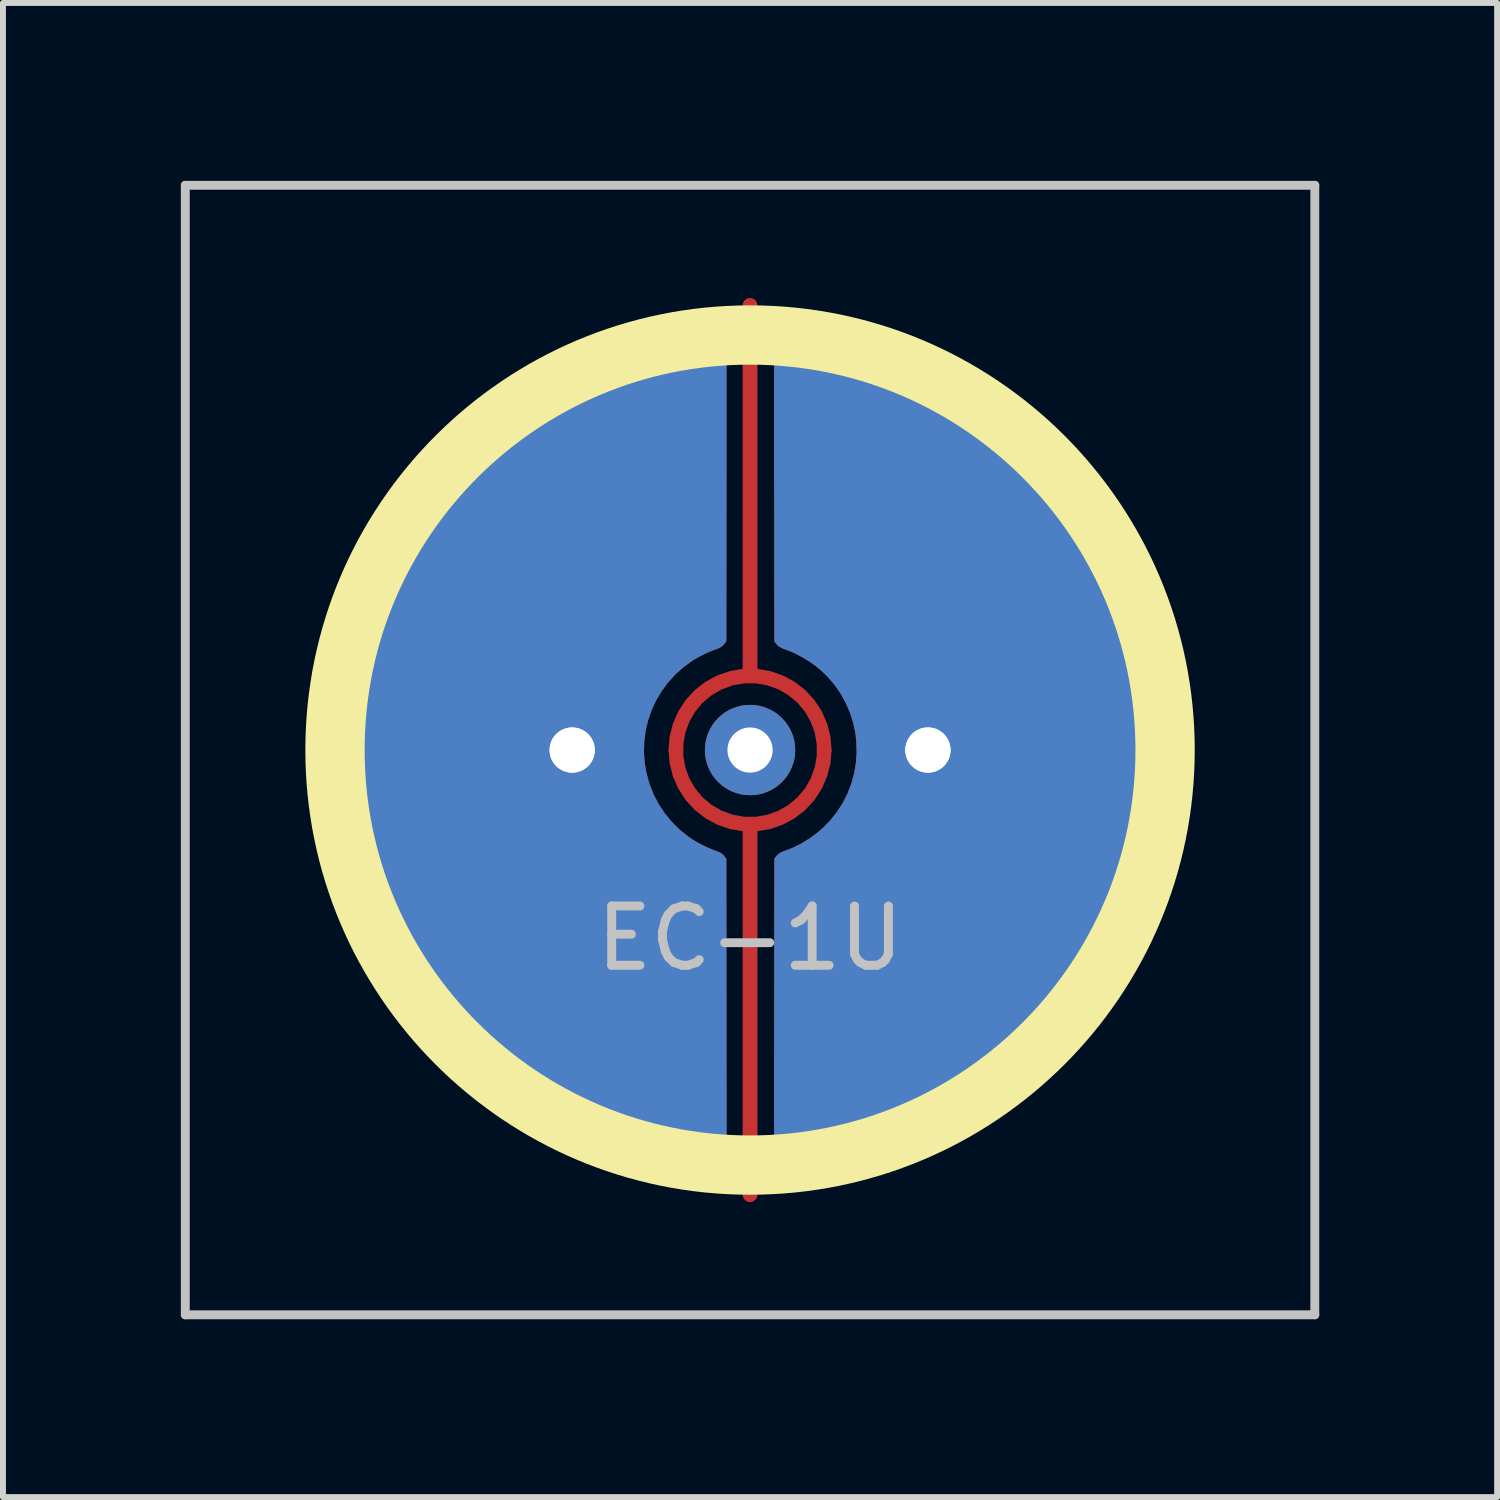
<source format=kicad_pcb>
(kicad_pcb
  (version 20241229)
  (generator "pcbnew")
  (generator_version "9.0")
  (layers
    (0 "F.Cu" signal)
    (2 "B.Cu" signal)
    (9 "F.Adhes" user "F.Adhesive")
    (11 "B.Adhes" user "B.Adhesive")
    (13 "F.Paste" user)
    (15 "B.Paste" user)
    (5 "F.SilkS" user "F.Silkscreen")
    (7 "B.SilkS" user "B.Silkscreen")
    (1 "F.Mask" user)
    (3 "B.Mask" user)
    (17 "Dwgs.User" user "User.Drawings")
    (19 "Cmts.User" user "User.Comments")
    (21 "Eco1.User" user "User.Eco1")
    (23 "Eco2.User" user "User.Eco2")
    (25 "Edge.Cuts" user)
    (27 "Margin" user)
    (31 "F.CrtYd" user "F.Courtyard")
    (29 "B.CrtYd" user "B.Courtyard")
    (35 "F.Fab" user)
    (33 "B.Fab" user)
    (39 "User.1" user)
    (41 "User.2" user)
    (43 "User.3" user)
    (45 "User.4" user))
  (footprint "EC-1U"
    (layer "F.Cu")
    (at 9.6 9.6)
    (property "Reference" "EC-1U" (at 0 3.175 0) (layer "Dwgs.User") (effects (font (size 1 1) (thickness 0.15))))
    (attr through_hole)
    (fp_circle (center 0 0) (end 7 0) (stroke (width 1) (type solid)) (fill no) (layer "F.SilkS"))
    (fp_line (start -9.525 -9.525) (end 9.525 -9.525) (stroke (width 0.15) (type solid)) (layer "Dwgs.User"))
    (fp_line (start -9.525 9.525) (end -9.525 -9.525) (stroke (width 0.15) (type solid)) (layer "Dwgs.User"))
    (fp_line (start 9.525 -9.525) (end 9.525 9.525) (stroke (width 0.15) (type solid)) (layer "Dwgs.User"))
    (fp_line (start 9.525 9.525) (end -9.525 9.525) (stroke (width 0.15) (type solid)) (layer "Dwgs.User"))
    (pad "" thru_hole circle (at 0 0) (size 1.524 1.524) (drill 0.762) (layers "*.Cu" "B.Mask"))
    (pad "1" thru_hole circle (at 3 0) (size 1.524 1.524) (drill 0.762) (layers "*.Cu" "B.Mask"))
    (pad "1" thru_hole custom (at 3 0) (size 1.524 1.524) (drill 0.762) (layers "F.Cu") (options (anchor circle)) (primitives (gr_poly (pts (xy -2.587 4.333) (xy -2.585 1.835) (xy -2.556 1.797) (xy -2.526 1.764) (xy -2.49 1.738) (xy -2.444 1.716) (xy -2.4 1.7) (xy -2.266 1.648) (xy -2.131 1.58) (xy -1.997 1.497) (xy -1.869 1.404) (xy -1.751 1.301) (xy -1.651 1.198) (xy -1.534 1.052) (xy -1.434 0.898) (xy -1.352 0.736) (xy -1.287 0.569) (xy -1.24 0.398) (xy -1.21 0.224) (xy -1.197 0.049) (xy -1.201 -0.127) (xy -1.221 -0.302) (xy -1.259 -0.474) (xy -1.314 -0.642) (xy -1.385 -0.805) (xy -1.473 -0.962) (xy -1.577 -1.11) (xy -1.698 -1.25) (xy -1.797 -1.344) (xy -1.891 -1.422) (xy -1.997 -1.497) (xy -2.11 -1.566) (xy -2.224 -1.627) (xy -2.334 -1.676) (xy -2.4 -1.7) (xy -2.458 -1.722) (xy -2.501 -1.745) (xy -2.535 -1.772) (xy -2.556 -1.797) (xy -2.585 -1.835) (xy -2.587 -4.33) (xy -2.588 -4.594) (xy -2.588 -4.839) (xy -2.588 -5.065) (xy -2.588 -5.273) (xy -2.588 -5.465) (xy -2.588 -5.64) (xy -2.588 -5.799) (xy -2.588 -5.944) (xy -2.588 -6.074) (xy -2.588 -6.191) (xy -2.588 -6.296) (xy -2.588 -6.389) (xy -2.587 -6.47) (xy -2.587 -6.542) (xy -2.586 -6.603) (xy -2.585 -6.656) (xy -2.585 -6.701) (xy -2.584 -6.738) (xy -2.583 -6.769) (xy -2.582 -6.794) (xy -2.58 -6.813) (xy -2.579 -6.829) (xy -2.578 -6.84) (xy -2.576 -6.849) (xy -2.574 -6.855) (xy -2.572 -6.86) (xy -2.57 -6.864) (xy -2.534 -6.915) (xy -2.487 -6.95) (xy -2.428 -6.969) (xy -2.357 -6.971) (xy -2.347 -6.97) (xy -1.986 -6.926) (xy -1.637 -6.866) (xy -1.295 -6.789) (xy -0.96 -6.696) (xy -0.627 -6.586) (xy -0.295 -6.458) (xy -0.258 -6.442) (xy -0.185 -6.411) (xy -0.1 -6.371) (xy -0.004 -6.326) (xy 0.096 -6.277) (xy 0.197 -6.226) (xy 0.296 -6.175) (xy 0.387 -6.127) (xy 0.468 -6.083) (xy 0.518 -6.054) (xy 0.841 -5.853) (xy 1.151 -5.638) (xy 1.447 -5.409) (xy 1.728 -5.165) (xy 1.996 -4.907) (xy 2.249 -4.636) (xy 2.487 -4.351) (xy 2.711 -4.053) (xy 2.919 -3.741) (xy 3.112 -3.417) (xy 3.146 -3.356) (xy 3.314 -3.029) (xy 3.464 -2.693) (xy 3.597 -2.35) (xy 3.711 -1.999) (xy 3.807 -1.643) (xy 3.884 -1.283) (xy 3.942 -0.919) (xy 3.981 -0.552) (xy 4.001 -0.183) (xy 4.001 0.186) (xy 3.995 0.345) (xy 3.967 0.716) (xy 3.919 1.083) (xy 3.852 1.445) (xy 3.767 1.801) (xy 3.664 2.152) (xy 3.542 2.496) (xy 3.404 2.832) (xy 3.248 3.161) (xy 3.075 3.481) (xy 2.887 3.791) (xy 2.682 4.092) (xy 2.462 4.382) (xy 2.226 4.66) (xy 1.976 4.927) (xy 1.711 5.18) (xy 1.432 5.421) (xy 1.14 5.647) (xy 0.905 5.812) (xy 0.589 6.012) (xy 0.264 6.194) (xy -0.07 6.358) (xy -0.412 6.505) (xy -0.762 6.633) (xy -1.119 6.743) (xy -1.483 6.834) (xy -1.844 6.904) (xy -1.929 6.918) (xy -2.017 6.931) (xy -2.105 6.943) (xy -2.188 6.953) (xy -2.263 6.961) (xy -2.327 6.967) (xy -2.374 6.969) (xy -2.376 6.969) (xy -2.418 6.969) (xy -2.446 6.967) (xy -2.468 6.96) (xy -2.489 6.948) (xy -2.501 6.94) (xy -2.532 6.914) (xy -2.559 6.883) (xy -2.567 6.87) (xy -2.589 6.83) (xy -2.587 4.333)) (width 0.01) (fill yes))))
    (pad "2" thru_hole circle (at -3 0) (size 1.524 1.524) (drill 0.762) (layers "*.Cu" "B.Mask"))
    (pad "2" thru_hole custom (at -3 0) (size 1.524 1.524) (drill 0.762) (layers "F.Cu") (options (anchor circle)) (primitives (gr_poly (pts (xy -3.986 -0.298) (xy -3.96 -0.672) (xy -3.92 -1.01) (xy -3.857 -1.374) (xy -3.776 -1.733) (xy -3.675 -2.088) (xy -3.556 -2.436) (xy -3.419 -2.777) (xy -3.264 -3.11) (xy -3.092 -3.435) (xy -2.903 -3.751) (xy -2.697 -4.057) (xy -2.476 -4.352) (xy -2.238 -4.635) (xy -1.986 -4.906) (xy -1.892 -4.999) (xy -1.626 -5.247) (xy -1.352 -5.478) (xy -1.069 -5.692) (xy -0.774 -5.891) (xy -0.467 -6.076) (xy -0.145 -6.248) (xy -0.122 -6.259) (xy 0.185 -6.404) (xy 0.489 -6.531) (xy 0.796 -6.642) (xy 1.108 -6.737) (xy 1.43 -6.819) (xy 1.644 -6.865) (xy 1.737 -6.883) (xy 1.834 -6.9) (xy 1.931 -6.916) (xy 2.028 -6.93) (xy 2.12 -6.943) (xy 2.206 -6.954) (xy 2.283 -6.963) (xy 2.348 -6.969) (xy 2.399 -6.972) (xy 2.435 -6.971) (xy 2.441 -6.97) (xy 2.487 -6.954) (xy 2.531 -6.924) (xy 2.567 -6.886) (xy 2.579 -6.866) (xy 2.582 -6.861) (xy 2.584 -6.857) (xy 2.585 -6.851) (xy 2.587 -6.843) (xy 2.589 -6.832) (xy 2.59 -6.818) (xy 2.591 -6.8) (xy 2.593 -6.777) (xy 2.594 -6.748) (xy 2.594 -6.713) (xy 2.595 -6.67) (xy 2.596 -6.62) (xy 2.597 -6.561) (xy 2.597 -6.493) (xy 2.598 -6.415) (xy 2.598 -6.325) (xy 2.598 -6.225) (xy 2.598 -6.111) (xy 2.598 -5.985) (xy 2.598 -5.845) (xy 2.598 -5.69) (xy 2.598 -5.52) (xy 2.598 -5.334) (xy 2.598 -5.131) (xy 2.598 -4.911) (xy 2.598 -4.672) (xy 2.597 -4.414) (xy 2.597 -4.33) (xy 2.595 -1.835) (xy 2.566 -1.797) (xy 2.536 -1.764) (xy 2.5 -1.738) (xy 2.454 -1.716) (xy 2.41 -1.7) (xy 2.348 -1.677) (xy 2.276 -1.646) (xy 2.199 -1.609) (xy 2.125 -1.57) (xy 2.058 -1.532) (xy 2.032 -1.516) (xy 1.878 -1.405) (xy 1.739 -1.281) (xy 1.615 -1.145) (xy 1.507 -0.999) (xy 1.414 -0.844) (xy 1.338 -0.681) (xy 1.278 -0.511) (xy 1.236 -0.336) (xy 1.212 -0.157) (xy 1.205 0.025) (xy 1.217 0.208) (xy 1.249 0.391) (xy 1.299 0.574) (xy 1.368 0.749) (xy 1.454 0.914) (xy 1.557 1.069) (xy 1.675 1.214) (xy 1.809 1.346) (xy 1.956 1.464) (xy 2.032 1.516) (xy 2.094 1.553) (xy 2.166 1.592) (xy 2.242 1.63) (xy 2.317 1.664) (xy 2.384 1.691) (xy 2.41 1.7) (xy 2.468 1.722) (xy 2.511 1.745) (xy 2.545 1.772) (xy 2.566 1.797) (xy 2.595 1.835) (xy 2.597 4.333) (xy 2.599 6.83) (xy 2.577 6.87) (xy 2.555 6.9) (xy 2.524 6.93) (xy 2.511 6.94) (xy 2.488 6.955) (xy 2.467 6.964) (xy 2.443 6.968) (xy 2.409 6.969) (xy 2.386 6.969) (xy 2.339 6.967) (xy 2.277 6.961) (xy 2.202 6.953) (xy 2.119 6.943) (xy 2.031 6.932) (xy 1.943 6.919) (xy 1.858 6.905) (xy 1.854 6.904) (xy 1.483 6.832) (xy 1.119 6.74) (xy 0.762 6.63) (xy 0.412 6.501) (xy 0.07 6.354) (xy -0.266 6.187) (xy -0.595 6.002) (xy -0.718 5.927) (xy -1.021 5.726) (xy -1.313 5.509) (xy -1.594 5.275) (xy -1.864 5.027) (xy -2.12 4.765) (xy -2.362 4.49) (xy -2.59 4.204) (xy -2.802 3.906) (xy -2.998 3.597) (xy -3.178 3.28) (xy -3.335 2.963) (xy -3.485 2.616) (xy -3.616 2.264) (xy -3.727 1.908) (xy -3.819 1.547) (xy -3.892 1.183) (xy -3.945 0.816) (xy -3.979 0.446) (xy -3.992 0.075) (xy -3.986 -0.298)) (width 0.01) (fill yes))))
    (pad "3" smd custom (at 0 -7.5) (size 0.25 0.25) (layers "F.Cu") (options (anchor circle)) (primitives (gr_line (start 0 6.25) (end 0 0) (width 0.25)) (gr_arc (start -1.25 7.5) (mid 0 6.25) (end 1.25 7.5) (width 0.25))))
    (pad "3" smd custom (at 0 7.5 180) (size 0.25 0.25) (layers "F.Cu") (options (anchor circle)) (primitives (gr_line (start 0 6.25) (end 0 0) (width 0.25)) (gr_arc (start -1.25 7.5) (mid 0 6.25) (end 1.25 7.5) (width 0.25)))))
  (gr_rect
    (start -3 -3)
    (end 22.2 22.2)
    (stroke (width 0.1) (type default))
    (fill no)
    (layer "Edge.Cuts")))
</source>
